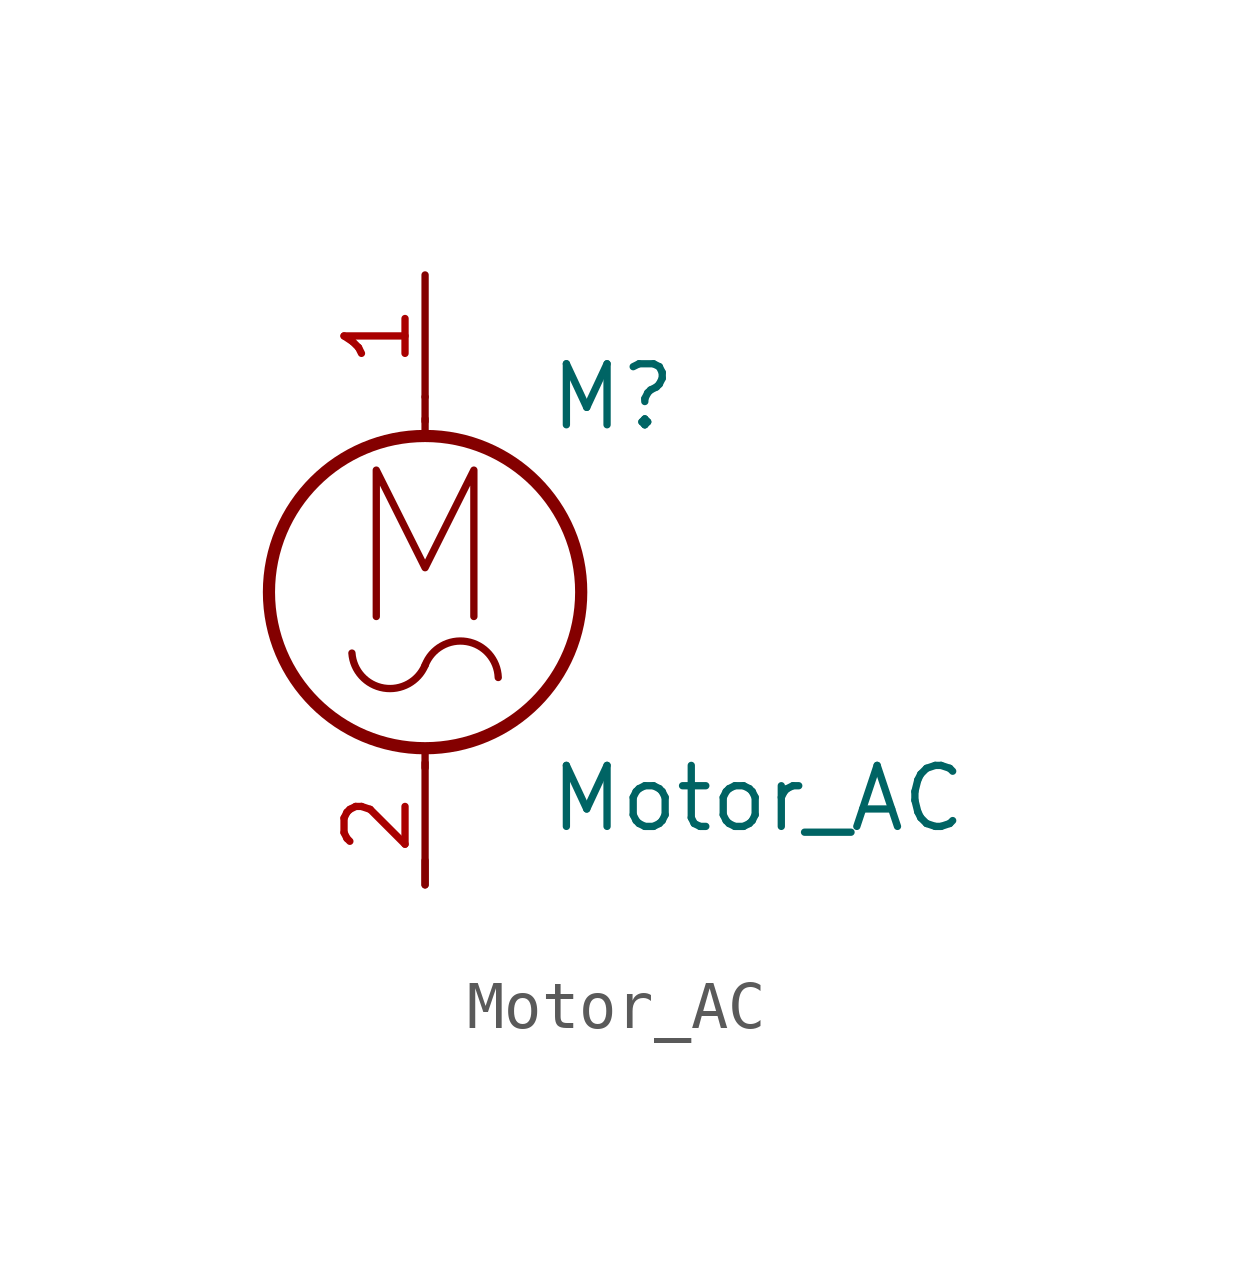
<source format=kicad_sym>
(kicad_symbol_lib
  (version 20241209)
  (generator "kicad_symbol_editor")
  (generator_version "9.0")
  (symbol "Motor_AC"
    (pin_names
      (offset 0))
    (property "Reference" "M"
      (at 2.54 2.54 0)
      (effects (font (size 1.27 1.27)) (justify left)))
    (property "Value" "Motor_AC"
      (at 2.54 -5.08 0)
      (effects (font (size 1.27 1.27)) (justify left top)))
    (symbol "Motor_AC_0_0"
      (polyline (pts (xy -1.016 -2.032) (xy -1.016 1.016) (xy 0 -1.016) (xy 1.016 1.016) (xy 1.016 -2.032)) (stroke (width 0) (type default)) (fill (type none)))
      (arc (start 0 -3.048) (mid -0.8622 -3.5222) (end -1.524 -2.794) (stroke (width 0) (type default)) (fill (type none)))
      (arc (start 0 -3.048) (mid 0.8657 -2.5527) (end 1.524 -3.302) (stroke (width 0) (type default)) (fill (type none))))
    (symbol "Motor_AC_0_1"
      (polyline (pts (xy 0 2.032) (xy 0 2.54)) (stroke (width 0) (type default)) (fill (type none)))
      (polyline (pts (xy 0 1.727) (xy 0 2.083)) (stroke (width 0) (type default)) (fill (type none)))
      (circle (center 0 -1.524) (radius 3.251) (stroke (width 0.254) (type default)) (fill (type none)))
      (polyline (pts (xy 0 -4.775) (xy 0 -5.182)) (stroke (width 0) (type default)) (fill (type none)))
      (polyline (pts (xy 0 -7.62) (xy 0 -7.112)) (stroke (width 0) (type default)) (fill (type none))))
    (symbol "Motor_AC_1_1"
      (pin passive line (at 0 5.08 270) (length 2.54) (name "~" (effects (font (size 1.27 1.27)))) (number "1" (effects (font (size 1.27 1.27)))))
      (pin passive line (at 0 -7.62 90) (length 2.54) (name "~" (effects (font (size 1.27 1.27)))) (number "2" (effects (font (size 1.27 1.27))))))))
</source>
